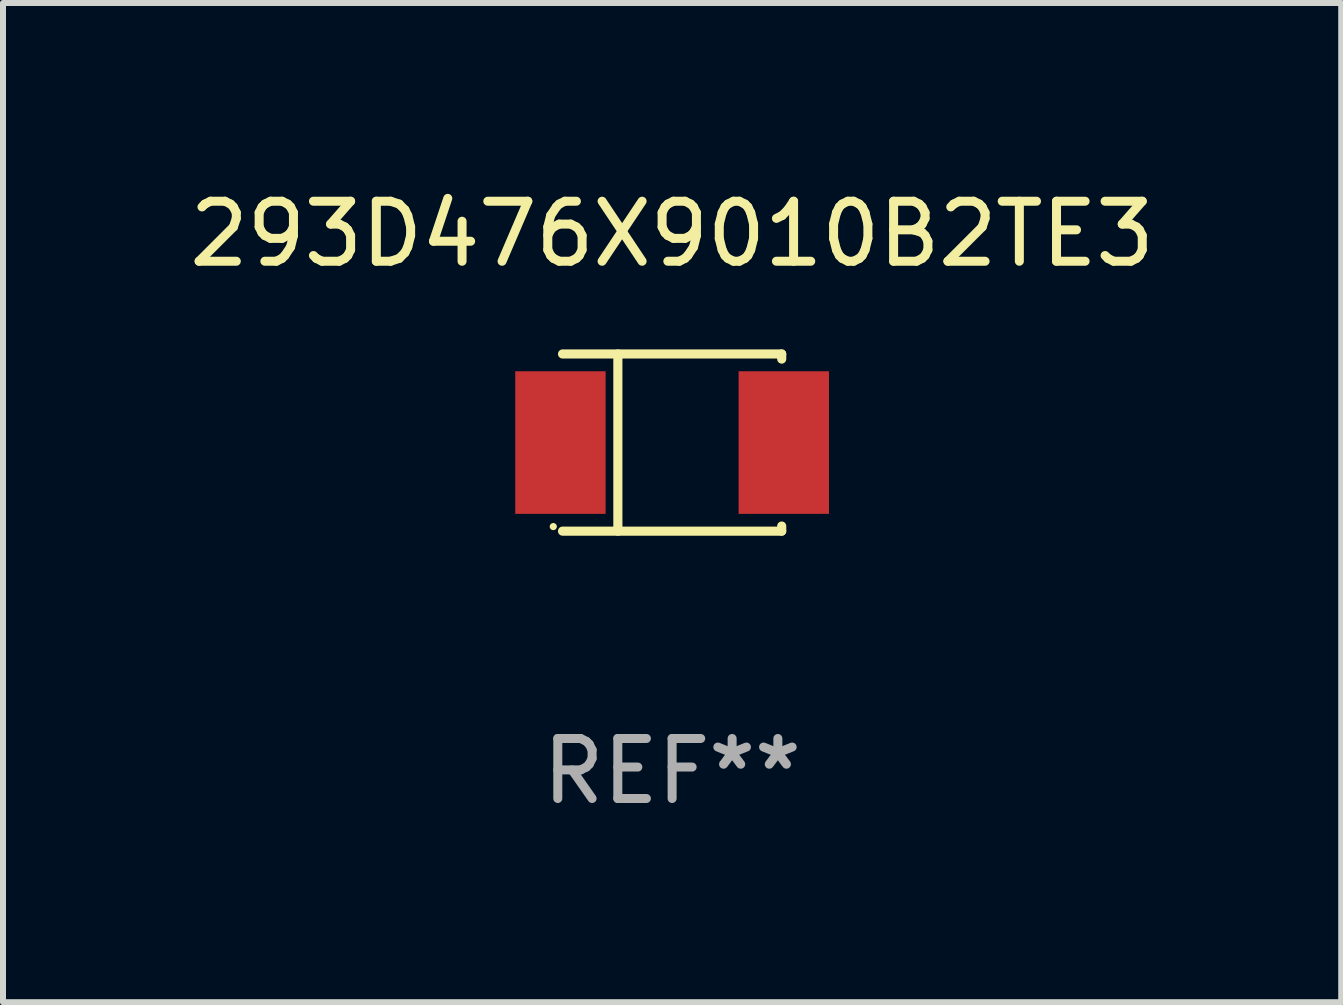
<source format=kicad_pcb>
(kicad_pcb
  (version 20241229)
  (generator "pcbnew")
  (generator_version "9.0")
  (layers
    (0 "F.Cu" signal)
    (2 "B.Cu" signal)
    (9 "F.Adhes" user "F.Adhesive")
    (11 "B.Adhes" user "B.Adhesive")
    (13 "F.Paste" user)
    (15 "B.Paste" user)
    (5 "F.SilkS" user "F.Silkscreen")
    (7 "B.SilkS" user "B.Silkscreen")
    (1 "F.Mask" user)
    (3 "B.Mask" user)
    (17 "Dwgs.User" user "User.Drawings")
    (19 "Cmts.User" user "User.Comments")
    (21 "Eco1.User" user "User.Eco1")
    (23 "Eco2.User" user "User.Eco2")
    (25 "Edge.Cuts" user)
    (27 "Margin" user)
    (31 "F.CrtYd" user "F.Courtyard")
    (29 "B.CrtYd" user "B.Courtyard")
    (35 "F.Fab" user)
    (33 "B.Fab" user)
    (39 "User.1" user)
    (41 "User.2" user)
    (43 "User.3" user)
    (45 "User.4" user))
  (footprint "293D476X9010B2TE3"
    (layer "F.Cu")
    (at 8.149 4.324)
    (property "Reference" "293D476X9010B2TE3" (at 0 -3.476 0) (layer "F.SilkS") (effects (font (size 1 1) (thickness 0.15))))
    (attr through_hole)
    (fp_line (start -0.904 1.476) (end -0.904 -1.476) (stroke (width 0.152) (type solid)) (layer "F.SilkS"))
    (fp_line (start 1.826 -1.476) (end -1.826 -1.476) (stroke (width 0.152) (type solid)) (layer "F.SilkS"))
    (fp_line (start 1.826 -1.476) (end 1.826 -1.391) (stroke (width 0.152) (type solid)) (layer "F.SilkS"))
    (fp_line (start 1.826 1.476) (end -1.826 1.476) (stroke (width 0.152) (type solid)) (layer "F.SilkS"))
    (fp_line (start 1.826 1.476) (end 1.826 1.391) (stroke (width 0.152) (type solid)) (layer "F.SilkS"))
    (fp_circle (center -1.98 1.4) (end -1.95 1.4) (stroke (width 0.06) (type solid)) (fill no) (layer "F.SilkS"))
    (fp_text user "REF**" (at 0 5.476 0) (layer "F.Fab") (effects (font (size 1 1) (thickness 0.15))))
    (pad "1" smd rect (at -1.861 0 180) (size 1.506 2.376) (layers "F.Cu" "F.Mask" "F.Paste"))
    (pad "2" smd rect (at 1.861 0 180) (size 1.506 2.376) (layers "F.Cu" "F.Mask" "F.Paste")))
  (gr_rect
    (start -3 -3)
    (end 19.298 13.649)
    (stroke (width 0.1) (type default))
    (fill no)
    (layer "Edge.Cuts")))
</source>
